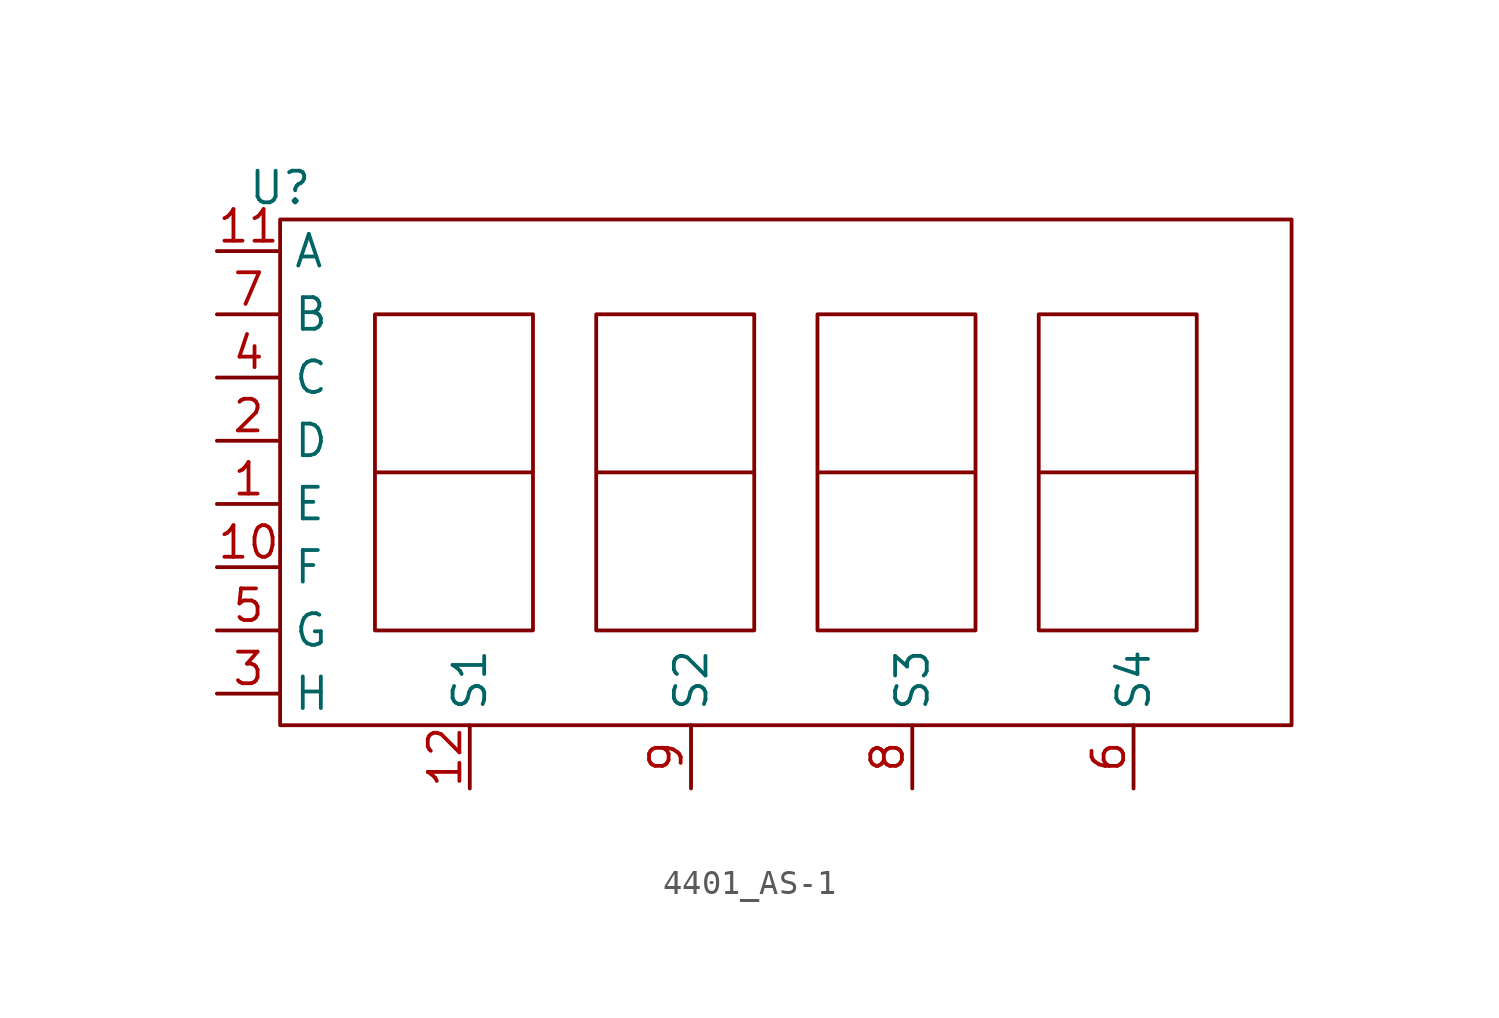
<source format=kicad_sym>
(kicad_symbol_lib
  (version 20231120)
  (generator "kicad_symbol_editor")
  (generator_version "8.0")
  (symbol "4401_AS-1"
    (property "Reference" "U"
      (at 0 0 0)
      (effects (font (size 1.27 1.27))))
    (property "Value" ""
      (at 0 0 0)
      (effects (font (size 1.27 1.27))))
    (symbol "4401_AS-1_0_1"
      (rectangle (start 0 -1.27) (end 40.64 -21.59) (stroke (width 0) (type default)) (fill (type none)))
      (polyline (pts (xy 3.81 -5.08) (xy 3.81 -17.78) (xy 10.16 -17.78) (xy 10.16 -11.43) (xy 3.81 -11.43) (xy 3.81 -5.08) (xy 10.16 -5.08) (xy 10.16 -11.43)) (stroke (width 0) (type default)) (fill (type none)))
      (polyline (pts (xy 12.7 -5.08) (xy 12.7 -17.78) (xy 19.05 -17.78) (xy 19.05 -11.43) (xy 12.7 -11.43) (xy 12.7 -5.08) (xy 19.05 -5.08) (xy 19.05 -11.43)) (stroke (width 0) (type default)) (fill (type none)))
      (polyline (pts (xy 21.59 -5.08) (xy 21.59 -17.78) (xy 27.94 -17.78) (xy 27.94 -11.43) (xy 21.59 -11.43) (xy 21.59 -5.08) (xy 27.94 -5.08) (xy 27.94 -11.43)) (stroke (width 0) (type default)) (fill (type none)))
      (polyline (pts (xy 30.48 -5.08) (xy 30.48 -17.78) (xy 36.83 -17.78) (xy 36.83 -11.43) (xy 30.48 -11.43) (xy 30.48 -5.08) (xy 36.83 -5.08) (xy 36.83 -11.43)) (stroke (width 0) (type default)) (fill (type none))))
    (symbol "4401_AS-1_1_1"
      (pin input line (at -2.54 -12.7 0) (length 2.54) (name "E" (effects (font (size 1.27 1.27)))) (number "1" (effects (font (size 1.27 1.27)))))
      (pin input line (at -2.54 -15.24 0) (length 2.54) (name "F" (effects (font (size 1.27 1.27)))) (number "10" (effects (font (size 1.27 1.27)))))
      (pin input line (at -2.54 -2.54 0) (length 2.54) (name "A" (effects (font (size 1.27 1.27)))) (number "11" (effects (font (size 1.27 1.27)))))
      (pin input line (at 7.62 -24.13 90) (length 2.54) (name "S1" (effects (font (size 1.27 1.27)))) (number "12" (effects (font (size 1.27 1.27)))))
      (pin input line (at -2.54 -10.16 0) (length 2.54) (name "D" (effects (font (size 1.27 1.27)))) (number "2" (effects (font (size 1.27 1.27)))))
      (pin input line (at -2.54 -20.32 0) (length 2.54) (name "H" (effects (font (size 1.27 1.27)))) (number "3" (effects (font (size 1.27 1.27)))))
      (pin input line (at -2.54 -7.62 0) (length 2.54) (name "C" (effects (font (size 1.27 1.27)))) (number "4" (effects (font (size 1.27 1.27)))))
      (pin input line (at -2.54 -17.78 0) (length 2.54) (name "G" (effects (font (size 1.27 1.27)))) (number "5" (effects (font (size 1.27 1.27)))))
      (pin input line (at 34.29 -24.13 90) (length 2.54) (name "S4" (effects (font (size 1.27 1.27)))) (number "6" (effects (font (size 1.27 1.27)))))
      (pin input line (at -2.54 -5.08 0) (length 2.54) (name "B" (effects (font (size 1.27 1.27)))) (number "7" (effects (font (size 1.27 1.27)))))
      (pin input line (at 25.4 -24.13 90) (length 2.54) (name "S3" (effects (font (size 1.27 1.27)))) (number "8" (effects (font (size 1.27 1.27)))))
      (pin input line (at 16.51 -24.13 90) (length 2.54) (name "S2" (effects (font (size 1.27 1.27)))) (number "9" (effects (font (size 1.27 1.27))))))))
</source>
